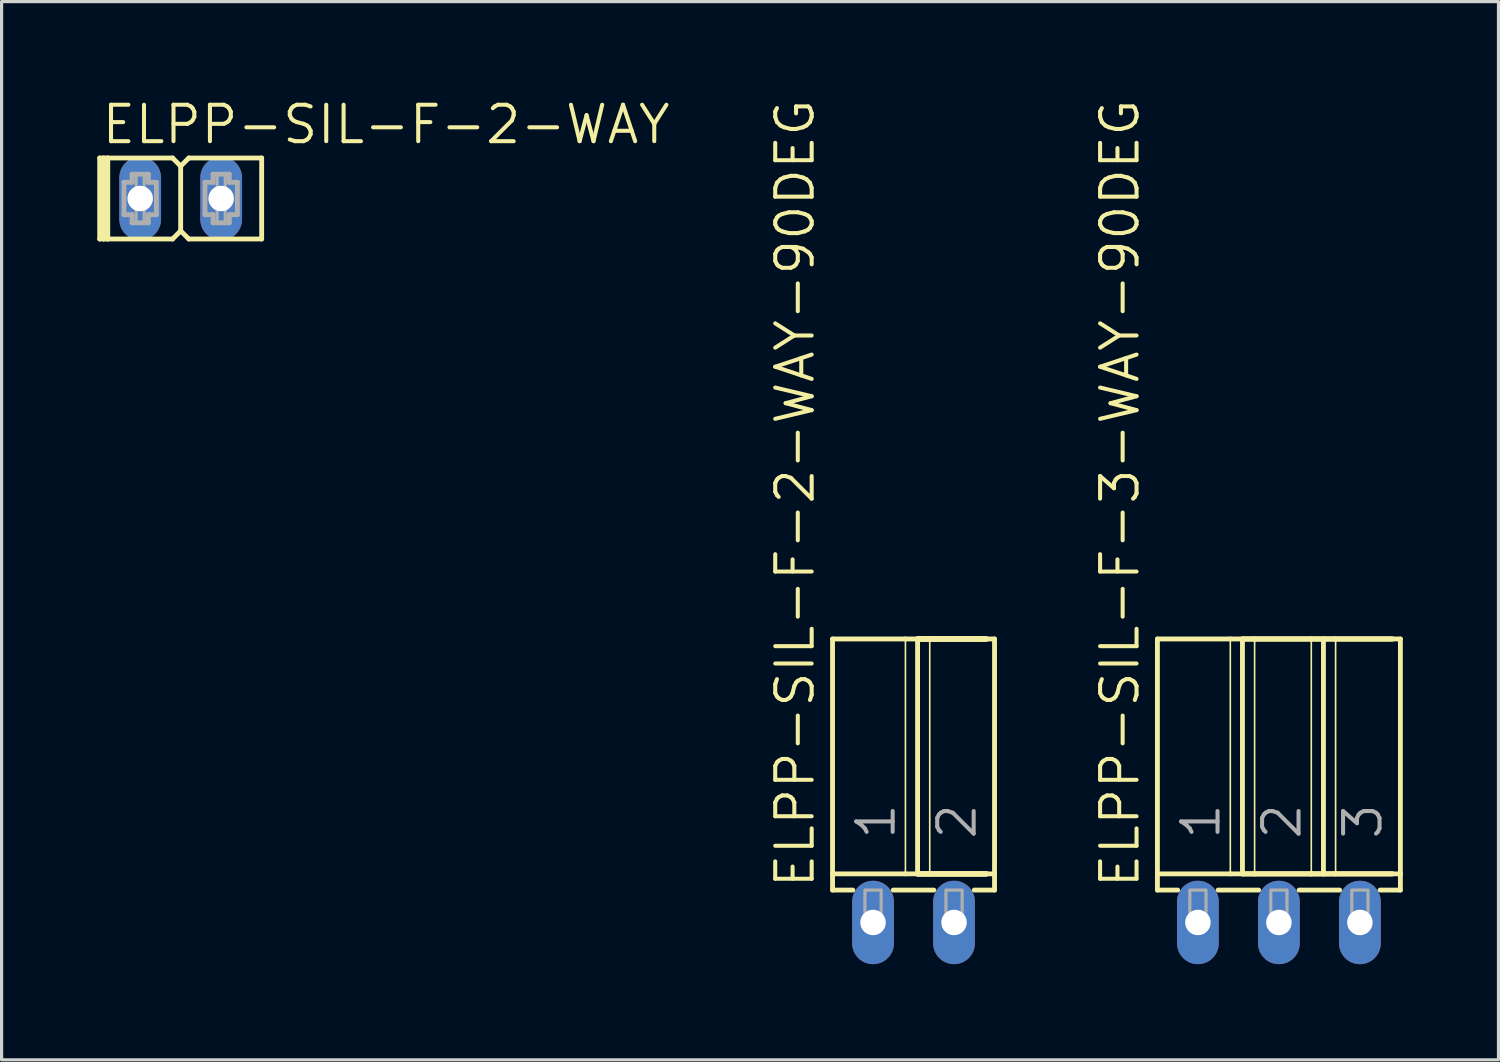
<source format=kicad_pcb>
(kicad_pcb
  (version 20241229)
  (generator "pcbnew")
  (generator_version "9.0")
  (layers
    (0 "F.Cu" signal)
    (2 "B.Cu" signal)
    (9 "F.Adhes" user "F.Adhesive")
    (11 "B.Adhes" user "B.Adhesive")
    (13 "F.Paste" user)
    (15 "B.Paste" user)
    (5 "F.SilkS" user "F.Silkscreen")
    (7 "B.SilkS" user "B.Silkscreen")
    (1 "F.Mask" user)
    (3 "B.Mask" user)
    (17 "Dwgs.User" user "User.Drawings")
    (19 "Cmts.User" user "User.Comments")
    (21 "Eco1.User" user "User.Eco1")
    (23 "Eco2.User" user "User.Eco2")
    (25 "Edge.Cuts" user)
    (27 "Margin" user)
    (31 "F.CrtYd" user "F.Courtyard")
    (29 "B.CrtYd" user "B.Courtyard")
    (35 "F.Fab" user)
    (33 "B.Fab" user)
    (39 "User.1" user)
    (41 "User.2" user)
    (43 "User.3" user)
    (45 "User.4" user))
  (footprint "ELPP-SIL-F-3-WAY-90DEG"
    (layer "F.Cu")
    (at 37.057 25.879)
    (property "Reference" "ELPP-SIL-F-3-WAY-90DEG" (at -4.318 -1.016 90) (unlocked yes) (layer "F.SilkS") (effects (font (size 1.143 1.143) (thickness 0.127)) (justify left bottom)))
    (fp_line (start -3.81 -8.89) (end -1.524 -8.89) (stroke (width 0.152) (type solid)) (layer "F.SilkS"))
    (fp_line (start -3.81 -1.524) (end -3.81 -8.89) (stroke (width 0.152) (type solid)) (layer "F.SilkS"))
    (fp_line (start -3.81 -1.524) (end -1.524 -1.524) (stroke (width 0.152) (type solid)) (layer "F.SilkS"))
    (fp_line (start -3.81 -1.016) (end -3.81 -1.524) (stroke (width 0.152) (type solid)) (layer "F.SilkS"))
    (fp_line (start -3.81 -1.016) (end -3.175 -1.016) (stroke (width 0.152) (type solid)) (layer "F.SilkS"))
    (fp_line (start -1.905 -1.016) (end -0.635 -1.016) (stroke (width 0.152) (type solid)) (layer "F.SilkS"))
    (fp_line (start -1.524 -8.89) (end -1.524 -1.524) (stroke (width 0.051) (type solid)) (layer "F.SilkS"))
    (fp_line (start -1.524 -8.89) (end -1.143 -8.89) (stroke (width 0.152) (type solid)) (layer "F.SilkS"))
    (fp_line (start -1.524 -1.524) (end -1.143 -1.524) (stroke (width 0.152) (type solid)) (layer "F.SilkS"))
    (fp_line (start -1.143 -8.89) (end -1.143 -1.524) (stroke (width 0.152) (type solid)) (layer "F.SilkS"))
    (fp_line (start -1.143 -8.89) (end -0.762 -8.89) (stroke (width 0.152) (type solid)) (layer "F.SilkS"))
    (fp_line (start -1.143 -8.89) (end -0.762 -8.89) (stroke (width 0.152) (type solid)) (layer "F.SilkS"))
    (fp_line (start -1.143 -1.524) (end -0.762 -1.524) (stroke (width 0.152) (type solid)) (layer "F.SilkS"))
    (fp_line (start -1.143 -1.524) (end -0.762 -1.524) (stroke (width 0.152) (type solid)) (layer "F.SilkS"))
    (fp_line (start -0.762 -8.89) (end -0.762 -1.524) (stroke (width 0.051) (type solid)) (layer "F.SilkS"))
    (fp_line (start -0.762 -8.89) (end 1.016 -8.89) (stroke (width 0.152) (type solid)) (layer "F.SilkS"))
    (fp_line (start -0.762 -8.89) (end 1.016 -8.89) (stroke (width 0.152) (type solid)) (layer "F.SilkS"))
    (fp_line (start -0.762 -1.524) (end 1.016 -1.524) (stroke (width 0.152) (type solid)) (layer "F.SilkS"))
    (fp_line (start -0.762 -1.524) (end 1.016 -1.524) (stroke (width 0.152) (type solid)) (layer "F.SilkS"))
    (fp_line (start 0.635 -1.016) (end 1.905 -1.016) (stroke (width 0.152) (type solid)) (layer "F.SilkS"))
    (fp_line (start 1.016 -8.89) (end 1.016 -1.524) (stroke (width 0.051) (type solid)) (layer "F.SilkS"))
    (fp_line (start 1.016 -8.89) (end 1.397 -8.89) (stroke (width 0.152) (type solid)) (layer "F.SilkS"))
    (fp_line (start 1.016 -8.89) (end 1.397 -8.89) (stroke (width 0.152) (type solid)) (layer "F.SilkS"))
    (fp_line (start 1.016 -1.524) (end 1.397 -1.524) (stroke (width 0.152) (type solid)) (layer "F.SilkS"))
    (fp_line (start 1.016 -1.524) (end 1.397 -1.524) (stroke (width 0.152) (type solid)) (layer "F.SilkS"))
    (fp_line (start 1.397 -8.89) (end 1.397 -1.524) (stroke (width 0.152) (type solid)) (layer "F.SilkS"))
    (fp_line (start 1.397 -8.89) (end 1.778 -8.89) (stroke (width 0.152) (type solid)) (layer "F.SilkS"))
    (fp_line (start 1.397 -8.89) (end 1.778 -8.89) (stroke (width 0.152) (type solid)) (layer "F.SilkS"))
    (fp_line (start 1.397 -1.524) (end 1.778 -1.524) (stroke (width 0.152) (type solid)) (layer "F.SilkS"))
    (fp_line (start 1.397 -1.524) (end 1.778 -1.524) (stroke (width 0.152) (type solid)) (layer "F.SilkS"))
    (fp_line (start 1.778 -8.89) (end 1.778 -1.524) (stroke (width 0.051) (type solid)) (layer "F.SilkS"))
    (fp_line (start 1.778 -8.89) (end 3.556 -8.89) (stroke (width 0.152) (type solid)) (layer "F.SilkS"))
    (fp_line (start 1.778 -8.89) (end 3.81 -8.89) (stroke (width 0.152) (type solid)) (layer "F.SilkS"))
    (fp_line (start 1.778 -1.524) (end 3.556 -1.524) (stroke (width 0.152) (type solid)) (layer "F.SilkS"))
    (fp_line (start 1.778 -1.524) (end 3.81 -1.524) (stroke (width 0.152) (type solid)) (layer "F.SilkS"))
    (fp_line (start 3.175 -1.016) (end 3.81 -1.016) (stroke (width 0.152) (type solid)) (layer "F.SilkS"))
    (fp_line (start 3.556 -8.89) (end -1.143 -8.89) (stroke (width 0.152) (type solid)) (layer "F.SilkS"))
    (fp_line (start 3.556 -1.524) (end -1.143 -1.524) (stroke (width 0.152) (type solid)) (layer "F.SilkS"))
    (fp_line (start 3.81 -8.89) (end 3.81 -1.524) (stroke (width 0.152) (type solid)) (layer "F.SilkS"))
    (fp_line (start 3.81 -1.524) (end 3.81 -1.016) (stroke (width 0.152) (type solid)) (layer "F.SilkS"))
    (fp_poly (pts (xy -2.794 0) (xy -2.286 0) (xy -2.286 -1.016) (xy -2.794 -1.016)) (stroke (width 0.1) (type default)) (fill no) (layer "F.Fab"))
    (fp_poly (pts (xy -0.254 0) (xy 0.254 0) (xy 0.254 -1.016) (xy -0.254 -1.016)) (stroke (width 0.1) (type default)) (fill no) (layer "F.Fab"))
    (fp_poly (pts (xy 2.286 0) (xy 2.794 0) (xy 2.794 -1.016) (xy 2.286 -1.016)) (stroke (width 0.1) (type default)) (fill no) (layer "F.Fab"))
    (fp_text user "3" (at 3.302 -2.54 90) (layer "F.Fab") (effects (font (size 1.143 1.143) (thickness 0.127)) (justify left bottom)))
    (fp_text user "1" (at -1.778 -2.54 90) (layer "F.Fab") (effects (font (size 1.143 1.143) (thickness 0.127)) (justify left bottom)))
    (fp_text user "2" (at 0.762 -2.54 90) (layer "F.Fab") (effects (font (size 1.143 1.143) (thickness 0.127)) (justify left bottom)))
    (pad "1" thru_hole oval (at -2.54 0 90) (size 2.616 1.308) (drill 0.8) (layers "*.Cu" "*.Mask"))
    (pad "2" thru_hole oval (at 0 0 90) (size 2.616 1.308) (drill 0.8) (layers "*.Cu" "*.Mask"))
    (pad "3" thru_hole oval (at 2.54 0 90) (size 2.616 1.308) (drill 0.8) (layers "*.Cu" "*.Mask")))
  (footprint "ELPP-SIL-F-2-WAY"
    (layer "F.Cu")
    (at 2.616 3.175)
    (property "Reference" "ELPP-SIL-F-2-WAY" (at -2.54 -1.651 0) (unlocked yes) (layer "F.SilkS") (effects (font (size 1.143 1.143) (thickness 0.127)) (justify left bottom)))
    (fp_line (start -2.54 -1.27) (end -2.54 1.27) (stroke (width 0.152) (type solid)) (layer "F.SilkS"))
    (fp_line (start -2.54 1.27) (end -2.413 1.27) (stroke (width 0.152) (type solid)) (layer "F.SilkS"))
    (fp_line (start -2.413 -1.27) (end -2.54 -1.27) (stroke (width 0.152) (type solid)) (layer "F.SilkS"))
    (fp_line (start -2.413 -1.27) (end -2.413 1.27) (stroke (width 0.152) (type solid)) (layer "F.SilkS"))
    (fp_line (start -2.413 1.27) (end -2.286 1.27) (stroke (width 0.152) (type solid)) (layer "F.SilkS"))
    (fp_line (start -2.286 -1.27) (end -2.413 -1.27) (stroke (width 0.152) (type solid)) (layer "F.SilkS"))
    (fp_line (start -2.286 -1.27) (end -2.286 1.27) (stroke (width 0.152) (type solid)) (layer "F.SilkS"))
    (fp_line (start -2.286 1.27) (end -0.254 1.27) (stroke (width 0.152) (type solid)) (layer "F.SilkS"))
    (fp_line (start -0.254 -1.27) (end -2.286 -1.27) (stroke (width 0.152) (type solid)) (layer "F.SilkS"))
    (fp_line (start -0.254 1.27) (end 0 1.016) (stroke (width 0.152) (type solid)) (layer "F.SilkS"))
    (fp_line (start 0 -1.016) (end -0.254 -1.27) (stroke (width 0.152) (type solid)) (layer "F.SilkS"))
    (fp_line (start 0 -1.016) (end 0 1.016) (stroke (width 0.152) (type solid)) (layer "F.SilkS"))
    (fp_line (start 0 1.016) (end 0.254 1.27) (stroke (width 0.152) (type solid)) (layer "F.SilkS"))
    (fp_line (start 0.254 -1.27) (end 0 -1.016) (stroke (width 0.152) (type solid)) (layer "F.SilkS"))
    (fp_line (start 0.254 1.27) (end 2.54 1.27) (stroke (width 0.152) (type solid)) (layer "F.SilkS"))
    (fp_line (start 2.54 -1.27) (end 0.254 -1.27) (stroke (width 0.152) (type solid)) (layer "F.SilkS"))
    (fp_line (start 2.54 1.27) (end 2.54 -1.27) (stroke (width 0.152) (type solid)) (layer "F.SilkS"))
    (fp_line (start -1.778 -0.508) (end -1.778 0.508) (stroke (width 0.152) (type solid)) (layer "F.Fab"))
    (fp_line (start -1.778 0.508) (end -1.524 0.508) (stroke (width 0.152) (type solid)) (layer "F.Fab"))
    (fp_line (start -1.524 -0.762) (end -1.524 -0.508) (stroke (width 0.152) (type solid)) (layer "F.Fab"))
    (fp_line (start -1.524 -0.508) (end -1.778 -0.508) (stroke (width 0.152) (type solid)) (layer "F.Fab"))
    (fp_line (start -1.524 0.508) (end -1.524 0.762) (stroke (width 0.152) (type solid)) (layer "F.Fab"))
    (fp_line (start -1.524 0.762) (end -1.016 0.762) (stroke (width 0.152) (type solid)) (layer "F.Fab"))
    (fp_line (start -1.016 -0.762) (end -1.524 -0.762) (stroke (width 0.152) (type solid)) (layer "F.Fab"))
    (fp_line (start -1.016 -0.508) (end -1.016 -0.762) (stroke (width 0.152) (type solid)) (layer "F.Fab"))
    (fp_line (start -1.016 0.508) (end -0.762 0.508) (stroke (width 0.152) (type solid)) (layer "F.Fab"))
    (fp_line (start -1.016 0.762) (end -1.016 0.508) (stroke (width 0.152) (type solid)) (layer "F.Fab"))
    (fp_line (start -0.762 -0.508) (end -1.016 -0.508) (stroke (width 0.152) (type solid)) (layer "F.Fab"))
    (fp_line (start -0.762 0.508) (end -0.762 -0.508) (stroke (width 0.152) (type solid)) (layer "F.Fab"))
    (fp_line (start 0.762 -0.508) (end 0.762 0.508) (stroke (width 0.152) (type solid)) (layer "F.Fab"))
    (fp_line (start 0.762 0.508) (end 1.016 0.508) (stroke (width 0.152) (type solid)) (layer "F.Fab"))
    (fp_line (start 1.016 -0.762) (end 1.016 -0.508) (stroke (width 0.152) (type solid)) (layer "F.Fab"))
    (fp_line (start 1.016 -0.508) (end 0.762 -0.508) (stroke (width 0.152) (type solid)) (layer "F.Fab"))
    (fp_line (start 1.016 0.508) (end 1.016 0.762) (stroke (width 0.152) (type solid)) (layer "F.Fab"))
    (fp_line (start 1.016 0.762) (end 1.524 0.762) (stroke (width 0.152) (type solid)) (layer "F.Fab"))
    (fp_line (start 1.524 -0.762) (end 1.016 -0.762) (stroke (width 0.152) (type solid)) (layer "F.Fab"))
    (fp_line (start 1.524 -0.508) (end 1.524 -0.762) (stroke (width 0.152) (type solid)) (layer "F.Fab"))
    (fp_line (start 1.524 0.508) (end 1.778 0.508) (stroke (width 0.152) (type solid)) (layer "F.Fab"))
    (fp_line (start 1.524 0.762) (end 1.524 0.508) (stroke (width 0.152) (type solid)) (layer "F.Fab"))
    (fp_line (start 1.778 -0.508) (end 1.524 -0.508) (stroke (width 0.152) (type solid)) (layer "F.Fab"))
    (fp_line (start 1.778 0.508) (end 1.778 -0.508) (stroke (width 0.152) (type solid)) (layer "F.Fab"))
    (fp_poly (pts (xy -1.397 -0.254) (xy -1.143 -0.254) (xy -1.143 -0.762) (xy -1.397 -0.762)) (stroke (width 0.1) (type default)) (fill no) (layer "F.Fab"))
    (fp_poly (pts (xy -1.397 0.762) (xy -1.143 0.762) (xy -1.143 0.254) (xy -1.397 0.254)) (stroke (width 0.1) (type default)) (fill no) (layer "F.Fab"))
    (fp_poly (pts (xy 1.143 -0.254) (xy 1.397 -0.254) (xy 1.397 -0.762) (xy 1.143 -0.762)) (stroke (width 0.1) (type default)) (fill no) (layer "F.Fab"))
    (fp_poly (pts (xy 1.143 0.762) (xy 1.397 0.762) (xy 1.397 0.254) (xy 1.143 0.254)) (stroke (width 0.1) (type default)) (fill no) (layer "F.Fab"))
    (pad "1" thru_hole oval (at -1.27 0 90) (size 2.616 1.308) (drill 0.8) (layers "*.Cu" "*.Mask"))
    (pad "2" thru_hole oval (at 1.27 0 90) (size 2.616 1.308) (drill 0.8) (layers "*.Cu" "*.Mask")))
  (footprint "ELPP-SIL-F-2-WAY-90DEG"
    (layer "F.Cu")
    (at 25.599 25.879)
    (property "Reference" "ELPP-SIL-F-2-WAY-90DEG" (at -3.048 -1.016 90) (unlocked yes) (layer "F.SilkS") (effects (font (size 1.143 1.143) (thickness 0.127)) (justify left bottom)))
    (fp_line (start -2.54 -8.89) (end -0.254 -8.89) (stroke (width 0.152) (type solid)) (layer "F.SilkS"))
    (fp_line (start -2.54 -1.524) (end -2.54 -8.89) (stroke (width 0.152) (type solid)) (layer "F.SilkS"))
    (fp_line (start -2.54 -1.524) (end -0.254 -1.524) (stroke (width 0.152) (type solid)) (layer "F.SilkS"))
    (fp_line (start -2.54 -1.016) (end -2.54 -1.524) (stroke (width 0.152) (type solid)) (layer "F.SilkS"))
    (fp_line (start -2.54 -1.016) (end -1.905 -1.016) (stroke (width 0.152) (type solid)) (layer "F.SilkS"))
    (fp_line (start -0.635 -1.016) (end 0.635 -1.016) (stroke (width 0.152) (type solid)) (layer "F.SilkS"))
    (fp_line (start -0.254 -8.89) (end -0.254 -1.524) (stroke (width 0.051) (type solid)) (layer "F.SilkS"))
    (fp_line (start -0.254 -8.89) (end 0.127 -8.89) (stroke (width 0.152) (type solid)) (layer "F.SilkS"))
    (fp_line (start -0.254 -1.524) (end 0.127 -1.524) (stroke (width 0.152) (type solid)) (layer "F.SilkS"))
    (fp_line (start 0.127 -8.89) (end 0.127 -1.524) (stroke (width 0.152) (type solid)) (layer "F.SilkS"))
    (fp_line (start 0.127 -8.89) (end 0.508 -8.89) (stroke (width 0.152) (type solid)) (layer "F.SilkS"))
    (fp_line (start 0.127 -8.89) (end 0.508 -8.89) (stroke (width 0.152) (type solid)) (layer "F.SilkS"))
    (fp_line (start 0.127 -8.89) (end 0.508 -8.89) (stroke (width 0.152) (type solid)) (layer "F.SilkS"))
    (fp_line (start 0.127 -8.89) (end 0.508 -8.89) (stroke (width 0.152) (type solid)) (layer "F.SilkS"))
    (fp_line (start 0.127 -1.524) (end 0.508 -1.524) (stroke (width 0.152) (type solid)) (layer "F.SilkS"))
    (fp_line (start 0.127 -1.524) (end 0.508 -1.524) (stroke (width 0.152) (type solid)) (layer "F.SilkS"))
    (fp_line (start 0.127 -1.524) (end 0.508 -1.524) (stroke (width 0.152) (type solid)) (layer "F.SilkS"))
    (fp_line (start 0.127 -1.524) (end 0.508 -1.524) (stroke (width 0.152) (type solid)) (layer "F.SilkS"))
    (fp_line (start 0.508 -8.89) (end 0.508 -1.524) (stroke (width 0.051) (type solid)) (layer "F.SilkS"))
    (fp_line (start 0.508 -8.89) (end 2.286 -8.89) (stroke (width 0.152) (type solid)) (layer "F.SilkS"))
    (fp_line (start 0.508 -8.89) (end 2.286 -8.89) (stroke (width 0.152) (type solid)) (layer "F.SilkS"))
    (fp_line (start 0.508 -8.89) (end 2.286 -8.89) (stroke (width 0.152) (type solid)) (layer "F.SilkS"))
    (fp_line (start 0.508 -8.89) (end 2.54 -8.89) (stroke (width 0.152) (type solid)) (layer "F.SilkS"))
    (fp_line (start 0.508 -1.524) (end 2.286 -1.524) (stroke (width 0.152) (type solid)) (layer "F.SilkS"))
    (fp_line (start 0.508 -1.524) (end 2.286 -1.524) (stroke (width 0.152) (type solid)) (layer "F.SilkS"))
    (fp_line (start 0.508 -1.524) (end 2.286 -1.524) (stroke (width 0.152) (type solid)) (layer "F.SilkS"))
    (fp_line (start 0.508 -1.524) (end 2.54 -1.524) (stroke (width 0.152) (type solid)) (layer "F.SilkS"))
    (fp_line (start 1.905 -1.016) (end 2.54 -1.016) (stroke (width 0.152) (type solid)) (layer "F.SilkS"))
    (fp_line (start 2.286 -8.89) (end 0.127 -8.89) (stroke (width 0.152) (type solid)) (layer "F.SilkS"))
    (fp_line (start 2.286 -8.89) (end 0.127 -8.89) (stroke (width 0.152) (type solid)) (layer "F.SilkS"))
    (fp_line (start 2.286 -8.89) (end 0.127 -8.89) (stroke (width 0.152) (type solid)) (layer "F.SilkS"))
    (fp_line (start 2.286 -1.524) (end 0.127 -1.524) (stroke (width 0.152) (type solid)) (layer "F.SilkS"))
    (fp_line (start 2.286 -1.524) (end 0.127 -1.524) (stroke (width 0.152) (type solid)) (layer "F.SilkS"))
    (fp_line (start 2.286 -1.524) (end 0.127 -1.524) (stroke (width 0.152) (type solid)) (layer "F.SilkS"))
    (fp_line (start 2.54 -8.89) (end 2.54 -1.524) (stroke (width 0.152) (type solid)) (layer "F.SilkS"))
    (fp_line (start 2.54 -1.524) (end 2.54 -1.016) (stroke (width 0.152) (type solid)) (layer "F.SilkS"))
    (fp_poly (pts (xy -1.524 0) (xy -1.016 0) (xy -1.016 -1.016) (xy -1.524 -1.016)) (stroke (width 0.1) (type default)) (fill no) (layer "F.Fab"))
    (fp_poly (pts (xy 1.016 0) (xy 1.524 0) (xy 1.524 -1.016) (xy 1.016 -1.016)) (stroke (width 0.1) (type default)) (fill no) (layer "F.Fab"))
    (fp_text user "1" (at -0.508 -2.54 90) (layer "F.Fab") (effects (font (size 1.143 1.143) (thickness 0.127)) (justify left bottom)))
    (fp_text user "2" (at 2.032 -2.54 90) (layer "F.Fab") (effects (font (size 1.143 1.143) (thickness 0.127)) (justify left bottom)))
    (pad "1" thru_hole oval (at -1.27 0 90) (size 2.616 1.308) (drill 0.8) (layers "*.Cu" "*.Mask"))
    (pad "2" thru_hole oval (at 1.27 0 90) (size 2.616 1.308) (drill 0.8) (layers "*.Cu" "*.Mask")))
  (gr_rect
    (start -3 -3)
    (end 43.943 30.187)
    (stroke (width 0.1) (type default))
    (fill no)
    (layer "Edge.Cuts")))
</source>
